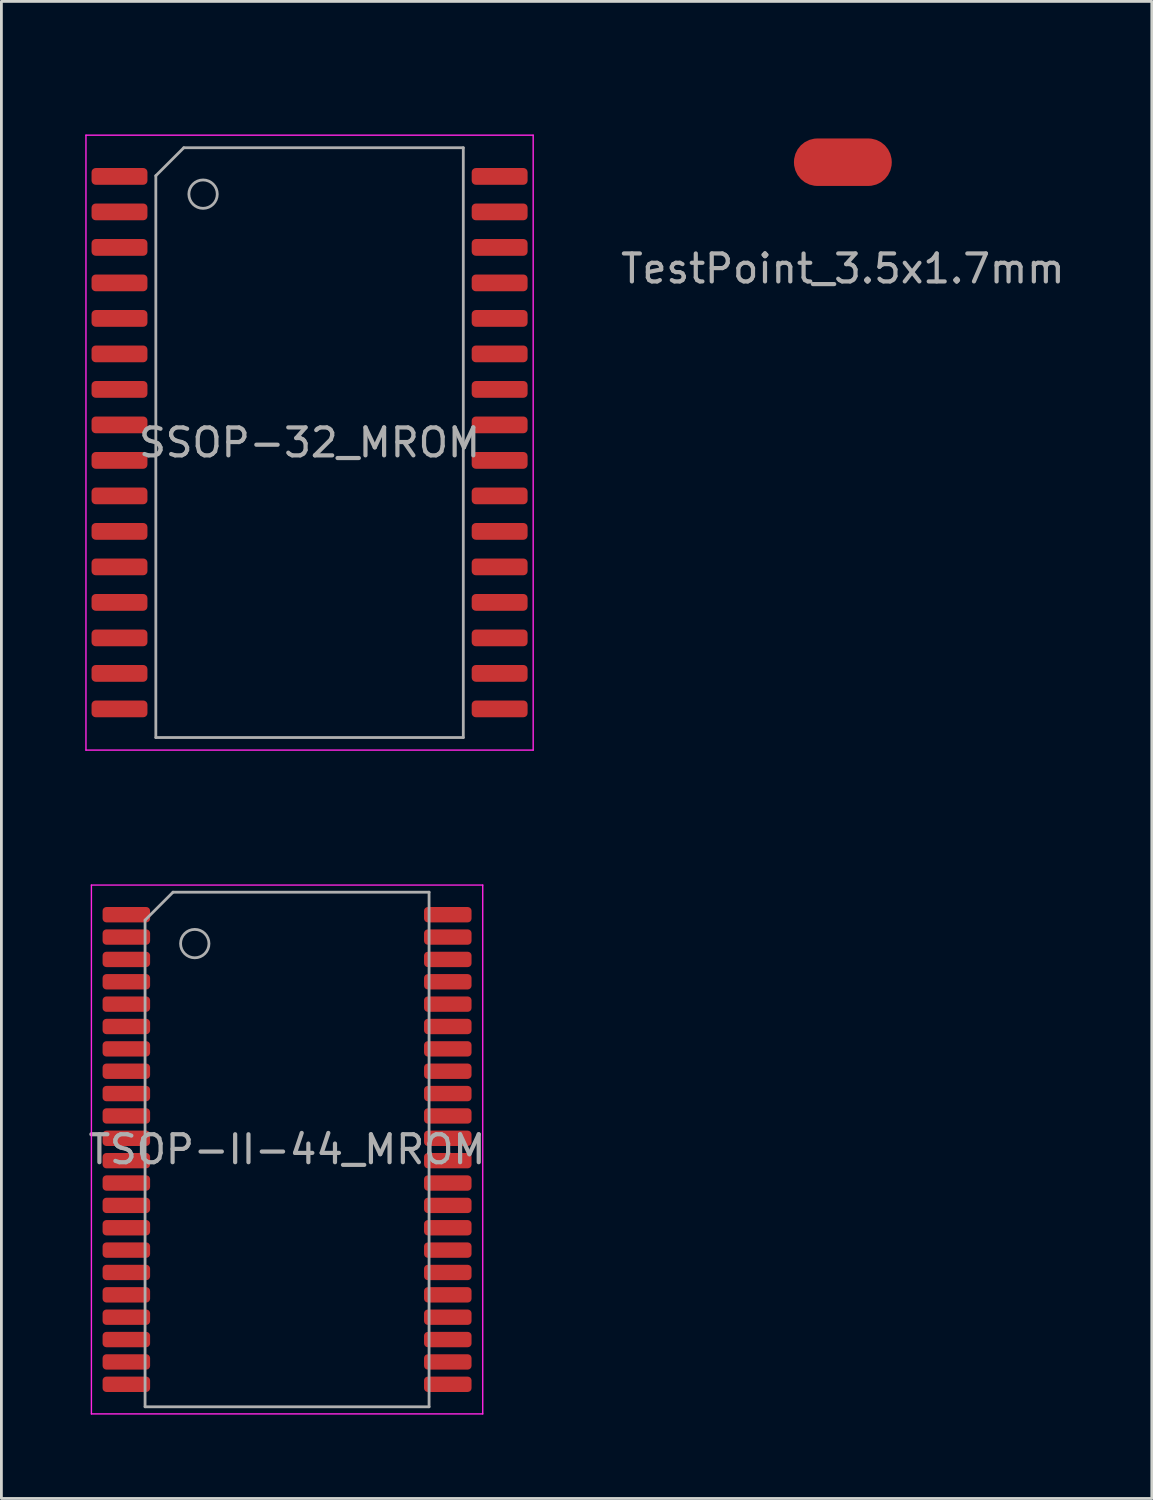
<source format=kicad_pcb>
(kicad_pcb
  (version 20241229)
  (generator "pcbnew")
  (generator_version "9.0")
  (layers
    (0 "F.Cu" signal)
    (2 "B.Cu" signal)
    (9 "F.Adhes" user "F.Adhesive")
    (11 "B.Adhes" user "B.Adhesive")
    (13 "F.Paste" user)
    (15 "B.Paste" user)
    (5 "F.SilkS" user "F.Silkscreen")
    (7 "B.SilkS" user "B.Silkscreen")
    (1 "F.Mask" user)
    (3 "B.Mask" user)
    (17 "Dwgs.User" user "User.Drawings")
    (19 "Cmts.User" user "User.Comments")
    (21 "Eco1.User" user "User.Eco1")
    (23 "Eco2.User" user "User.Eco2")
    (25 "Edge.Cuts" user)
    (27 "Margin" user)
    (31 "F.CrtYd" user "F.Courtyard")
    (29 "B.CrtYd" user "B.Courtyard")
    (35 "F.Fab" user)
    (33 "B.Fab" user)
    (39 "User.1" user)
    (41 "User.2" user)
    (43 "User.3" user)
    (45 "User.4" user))
  (footprint "SSOP-32_MROM"
    (layer "F.Cu")
    (at 8.025 12.786)
    (property "Reference" "SSOP-32_MROM" (at 0 -11.938 0) (layer "F.Mask") (effects (font (size 1 1) (thickness 0.15))))
    (attr smd)
    (fp_line (start -8 -11) (end -8 11) (stroke (width 0.05) (type solid)) (layer "F.CrtYd"))
    (fp_line (start -8 11) (end 8 11) (stroke (width 0.05) (type solid)) (layer "F.CrtYd"))
    (fp_line (start 8 -11) (end -8 -11) (stroke (width 0.05) (type solid)) (layer "F.CrtYd"))
    (fp_line (start 8 11) (end 8 -11) (stroke (width 0.05) (type solid)) (layer "F.CrtYd"))
    (fp_line (start -5.5 -9.55) (end -5.5 10.55) (stroke (width 0.1) (type solid)) (layer "F.Fab"))
    (fp_line (start -5.5 -9.55) (end -4.5 -10.55) (stroke (width 0.1) (type solid)) (layer "F.Fab"))
    (fp_line (start -5.5 10.55) (end 5.5 10.55) (stroke (width 0.1) (type solid)) (layer "F.Fab"))
    (fp_line (start -4.5 -10.55) (end 5.5 -10.55) (stroke (width 0.1) (type solid)) (layer "F.Fab"))
    (fp_line (start 5.5 -10.55) (end 5.5 10.55) (stroke (width 0.1) (type solid)) (layer "F.Fab"))
    (fp_circle (center -3.81 -8.89) (end -3.302 -8.89) (stroke (width 0.1) (type solid)) (fill no) (layer "F.Fab"))
    (fp_text user "${REFERENCE}" (at 0 0 0) (layer "F.Fab") (effects (font (size 1 1) (thickness 0.15))))
    (pad "1" smd roundrect (at -6.8 -9.525) (size 2 0.6) (layers "F.Cu" "F.Mask" "F.Paste") (roundrect_rratio 0.25))
    (pad "2" smd roundrect (at -6.8 -8.255) (size 2 0.6) (layers "F.Cu" "F.Mask" "F.Paste") (roundrect_rratio 0.25))
    (pad "3" smd roundrect (at -6.8 -6.985) (size 2 0.6) (layers "F.Cu" "F.Mask" "F.Paste") (roundrect_rratio 0.25))
    (pad "4" smd roundrect (at -6.8 -5.715) (size 2 0.6) (layers "F.Cu" "F.Mask" "F.Paste") (roundrect_rratio 0.25))
    (pad "5" smd roundrect (at -6.8 -4.445) (size 2 0.6) (layers "F.Cu" "F.Mask" "F.Paste") (roundrect_rratio 0.25))
    (pad "6" smd roundrect (at -6.8 -3.175) (size 2 0.6) (layers "F.Cu" "F.Mask" "F.Paste") (roundrect_rratio 0.25))
    (pad "7" smd roundrect (at -6.8 -1.905) (size 2 0.6) (layers "F.Cu" "F.Mask" "F.Paste") (roundrect_rratio 0.25))
    (pad "8" smd roundrect (at -6.8 -0.635) (size 2 0.6) (layers "F.Cu" "F.Mask" "F.Paste") (roundrect_rratio 0.25))
    (pad "9" smd roundrect (at -6.8 0.635) (size 2 0.6) (layers "F.Cu" "F.Mask" "F.Paste") (roundrect_rratio 0.25))
    (pad "10" smd roundrect (at -6.8 1.905) (size 2 0.6) (layers "F.Cu" "F.Mask" "F.Paste") (roundrect_rratio 0.25))
    (pad "11" smd roundrect (at -6.8 3.175) (size 2 0.6) (layers "F.Cu" "F.Mask" "F.Paste") (roundrect_rratio 0.25))
    (pad "12" smd roundrect (at -6.8 4.445) (size 2 0.6) (layers "F.Cu" "F.Mask" "F.Paste") (roundrect_rratio 0.25))
    (pad "13" smd roundrect (at -6.8 5.715) (size 2 0.6) (layers "F.Cu" "F.Mask" "F.Paste") (roundrect_rratio 0.25))
    (pad "14" smd roundrect (at -6.8 6.985) (size 2 0.6) (layers "F.Cu" "F.Mask" "F.Paste") (roundrect_rratio 0.25))
    (pad "15" smd roundrect (at -6.8 8.255) (size 2 0.6) (layers "F.Cu" "F.Mask" "F.Paste") (roundrect_rratio 0.25))
    (pad "16" smd roundrect (at -6.8 9.525) (size 2 0.6) (layers "F.Cu" "F.Mask" "F.Paste") (roundrect_rratio 0.25))
    (pad "17" smd roundrect (at 6.8 9.525) (size 2 0.6) (layers "F.Cu" "F.Mask" "F.Paste") (roundrect_rratio 0.25))
    (pad "18" smd roundrect (at 6.8 8.255) (size 2 0.6) (layers "F.Cu" "F.Mask" "F.Paste") (roundrect_rratio 0.25))
    (pad "19" smd roundrect (at 6.8 6.985) (size 2 0.6) (layers "F.Cu" "F.Mask" "F.Paste") (roundrect_rratio 0.25))
    (pad "20" smd roundrect (at 6.8 5.715) (size 2 0.6) (layers "F.Cu" "F.Mask" "F.Paste") (roundrect_rratio 0.25))
    (pad "21" smd roundrect (at 6.8 4.445) (size 2 0.6) (layers "F.Cu" "F.Mask" "F.Paste") (roundrect_rratio 0.25))
    (pad "22" smd roundrect (at 6.8 3.175) (size 2 0.6) (layers "F.Cu" "F.Mask" "F.Paste") (roundrect_rratio 0.25))
    (pad "23" smd roundrect (at 6.8 1.905) (size 2 0.6) (layers "F.Cu" "F.Mask" "F.Paste") (roundrect_rratio 0.25))
    (pad "24" smd roundrect (at 6.8 0.635) (size 2 0.6) (layers "F.Cu" "F.Mask" "F.Paste") (roundrect_rratio 0.25))
    (pad "25" smd roundrect (at 6.8 -0.635) (size 2 0.6) (layers "F.Cu" "F.Mask" "F.Paste") (roundrect_rratio 0.25))
    (pad "26" smd roundrect (at 6.8 -1.905) (size 2 0.6) (layers "F.Cu" "F.Mask" "F.Paste") (roundrect_rratio 0.25))
    (pad "27" smd roundrect (at 6.8 -3.175) (size 2 0.6) (layers "F.Cu" "F.Mask" "F.Paste") (roundrect_rratio 0.25))
    (pad "28" smd roundrect (at 6.8 -4.445) (size 2 0.6) (layers "F.Cu" "F.Mask" "F.Paste") (roundrect_rratio 0.25))
    (pad "29" smd roundrect (at 6.8 -5.715) (size 2 0.6) (layers "F.Cu" "F.Mask" "F.Paste") (roundrect_rratio 0.25))
    (pad "30" smd roundrect (at 6.8 -6.985) (size 2 0.6) (layers "F.Cu" "F.Mask" "F.Paste") (roundrect_rratio 0.25))
    (pad "31" smd roundrect (at 6.8 -8.255) (size 2 0.6) (layers "F.Cu" "F.Mask" "F.Paste") (roundrect_rratio 0.25))
    (pad "32" smd roundrect (at 6.8 -9.525) (size 2 0.6) (layers "F.Cu" "F.Mask" "F.Paste") (roundrect_rratio 0.25))
    (zone (net_name "") (layer "F.Cu") (name "PAD_FIX") (hatch edge 0.508) (connect_pads) (min_thickness 0.254) (filled_areas_thickness no) (keepout (tracks allowed) (vias allowed) (pads allowed) (copperpour not_allowed) (footprints allowed)) (placement (enabled no)) (fill) (polygon (pts (xy 2.414 2.866) (xy 2.414 22.678) (xy 2.16 22.932) (xy 0.382 22.932) (xy 0.128 22.678) (xy 0.128 2.866) (xy 0.382 2.612) (xy 2.16 2.612))))
    (zone (net_name "") (layer "F.Cu") (name "PAD_FIX") (hatch edge 0.508) (connect_pads) (min_thickness 0.254) (filled_areas_thickness no) (keepout (tracks allowed) (vias allowed) (pads allowed) (copperpour not_allowed) (footprints allowed)) (placement (enabled no)) (fill) (polygon (pts (xy 15.938 2.878) (xy 15.938 22.69) (xy 15.684 22.944) (xy 13.906 22.944) (xy 13.652 22.69) (xy 13.652 2.878) (xy 13.906 2.624) (xy 15.684 2.624)))))
  (footprint "TSOP-II-44_MROM"
    (layer "F.Cu")
    (at 7.22 38.074)
    (property "Reference" "TSOP-II-44_MROM" (at 0 -10.414 0) (layer "F.Mask") (effects (font (size 1 1) (thickness 0.15))))
    (attr smd)
    (fp_line (start -7 -9.46) (end -7 9.46) (stroke (width 0.05) (type solid)) (layer "F.CrtYd"))
    (fp_line (start -7 9.46) (end 7 9.46) (stroke (width 0.05) (type solid)) (layer "F.CrtYd"))
    (fp_line (start 7 -9.46) (end -7 -9.46) (stroke (width 0.05) (type solid)) (layer "F.CrtYd"))
    (fp_line (start 7 9.46) (end 7 -9.46) (stroke (width 0.05) (type solid)) (layer "F.CrtYd"))
    (fp_line (start -5.08 -8.205) (end -4.08 -9.205) (stroke (width 0.1) (type solid)) (layer "F.Fab"))
    (fp_line (start -5.08 9.205) (end -5.08 -8.205) (stroke (width 0.1) (type solid)) (layer "F.Fab"))
    (fp_line (start -4.08 -9.205) (end 5.08 -9.205) (stroke (width 0.1) (type solid)) (layer "F.Fab"))
    (fp_line (start 5.08 -9.205) (end 5.08 9.205) (stroke (width 0.1) (type solid)) (layer "F.Fab"))
    (fp_line (start 5.08 9.205) (end -5.08 9.205) (stroke (width 0.1) (type solid)) (layer "F.Fab"))
    (fp_circle (center -3.302 -7.366) (end -2.794 -7.366) (stroke (width 0.1) (type solid)) (fill no) (layer "F.Fab"))
    (fp_text user "${REFERENCE}" (at 0 0 0) (layer "F.Fab") (effects (font (size 1 1) (thickness 0.15))))
    (pad "1" smd roundrect (at -5.75 -8.4) (size 1.7 0.55) (layers "F.Cu" "F.Mask" "F.Paste") (roundrect_rratio 0.25))
    (pad "2" smd roundrect (at -5.75 -7.6) (size 1.7 0.55) (layers "F.Cu" "F.Mask" "F.Paste") (roundrect_rratio 0.25))
    (pad "3" smd roundrect (at -5.75 -6.8) (size 1.7 0.55) (layers "F.Cu" "F.Mask" "F.Paste") (roundrect_rratio 0.25))
    (pad "4" smd roundrect (at -5.75 -6) (size 1.7 0.55) (layers "F.Cu" "F.Mask" "F.Paste") (roundrect_rratio 0.25))
    (pad "5" smd roundrect (at -5.75 -5.2) (size 1.7 0.55) (layers "F.Cu" "F.Mask" "F.Paste") (roundrect_rratio 0.25))
    (pad "6" smd roundrect (at -5.75 -4.4) (size 1.7 0.55) (layers "F.Cu" "F.Mask" "F.Paste") (roundrect_rratio 0.25))
    (pad "7" smd roundrect (at -5.75 -3.6) (size 1.7 0.55) (layers "F.Cu" "F.Mask" "F.Paste") (roundrect_rratio 0.25))
    (pad "8" smd roundrect (at -5.75 -2.8) (size 1.7 0.55) (layers "F.Cu" "F.Mask" "F.Paste") (roundrect_rratio 0.25))
    (pad "9" smd roundrect (at -5.75 -2) (size 1.7 0.55) (layers "F.Cu" "F.Mask" "F.Paste") (roundrect_rratio 0.25))
    (pad "10" smd roundrect (at -5.75 -1.2) (size 1.7 0.55) (layers "F.Cu" "F.Mask" "F.Paste") (roundrect_rratio 0.25))
    (pad "11" smd roundrect (at -5.75 -0.4) (size 1.7 0.55) (layers "F.Cu" "F.Mask" "F.Paste") (roundrect_rratio 0.25))
    (pad "12" smd roundrect (at -5.75 0.4) (size 1.7 0.55) (layers "F.Cu" "F.Mask" "F.Paste") (roundrect_rratio 0.25))
    (pad "13" smd roundrect (at -5.75 1.2) (size 1.7 0.55) (layers "F.Cu" "F.Mask" "F.Paste") (roundrect_rratio 0.25))
    (pad "14" smd roundrect (at -5.75 2) (size 1.7 0.55) (layers "F.Cu" "F.Mask" "F.Paste") (roundrect_rratio 0.25))
    (pad "15" smd roundrect (at -5.75 2.8) (size 1.7 0.55) (layers "F.Cu" "F.Mask" "F.Paste") (roundrect_rratio 0.25))
    (pad "16" smd roundrect (at -5.75 3.6) (size 1.7 0.55) (layers "F.Cu" "F.Mask" "F.Paste") (roundrect_rratio 0.25))
    (pad "17" smd roundrect (at -5.75 4.4) (size 1.7 0.55) (layers "F.Cu" "F.Mask" "F.Paste") (roundrect_rratio 0.25))
    (pad "18" smd roundrect (at -5.75 5.2) (size 1.7 0.55) (layers "F.Cu" "F.Mask" "F.Paste") (roundrect_rratio 0.25))
    (pad "19" smd roundrect (at -5.75 6) (size 1.7 0.55) (layers "F.Cu" "F.Mask" "F.Paste") (roundrect_rratio 0.25))
    (pad "20" smd roundrect (at -5.75 6.8) (size 1.7 0.55) (layers "F.Cu" "F.Mask" "F.Paste") (roundrect_rratio 0.25))
    (pad "21" smd roundrect (at -5.75 7.6) (size 1.7 0.55) (layers "F.Cu" "F.Mask" "F.Paste") (roundrect_rratio 0.25))
    (pad "22" smd roundrect (at -5.75 8.4) (size 1.7 0.55) (layers "F.Cu" "F.Mask" "F.Paste") (roundrect_rratio 0.25))
    (pad "23" smd roundrect (at 5.75 8.4) (size 1.7 0.55) (layers "F.Cu" "F.Mask" "F.Paste") (roundrect_rratio 0.25))
    (pad "24" smd roundrect (at 5.75 7.6) (size 1.7 0.55) (layers "F.Cu" "F.Mask" "F.Paste") (roundrect_rratio 0.25))
    (pad "25" smd roundrect (at 5.75 6.8) (size 1.7 0.55) (layers "F.Cu" "F.Mask" "F.Paste") (roundrect_rratio 0.25))
    (pad "26" smd roundrect (at 5.75 6) (size 1.7 0.55) (layers "F.Cu" "F.Mask" "F.Paste") (roundrect_rratio 0.25))
    (pad "27" smd roundrect (at 5.75 5.2) (size 1.7 0.55) (layers "F.Cu" "F.Mask" "F.Paste") (roundrect_rratio 0.25))
    (pad "28" smd roundrect (at 5.75 4.4) (size 1.7 0.55) (layers "F.Cu" "F.Mask" "F.Paste") (roundrect_rratio 0.25))
    (pad "29" smd roundrect (at 5.75 3.6) (size 1.7 0.55) (layers "F.Cu" "F.Mask" "F.Paste") (roundrect_rratio 0.25))
    (pad "30" smd roundrect (at 5.75 2.8) (size 1.7 0.55) (layers "F.Cu" "F.Mask" "F.Paste") (roundrect_rratio 0.25))
    (pad "31" smd roundrect (at 5.75 2) (size 1.7 0.55) (layers "F.Cu" "F.Mask" "F.Paste") (roundrect_rratio 0.25))
    (pad "32" smd roundrect (at 5.75 1.2) (size 1.7 0.55) (layers "F.Cu" "F.Mask" "F.Paste") (roundrect_rratio 0.25))
    (pad "33" smd roundrect (at 5.75 0.4) (size 1.7 0.55) (layers "F.Cu" "F.Mask" "F.Paste") (roundrect_rratio 0.25))
    (pad "34" smd roundrect (at 5.75 -0.4) (size 1.7 0.55) (layers "F.Cu" "F.Mask" "F.Paste") (roundrect_rratio 0.25))
    (pad "35" smd roundrect (at 5.75 -1.2) (size 1.7 0.55) (layers "F.Cu" "F.Mask" "F.Paste") (roundrect_rratio 0.25))
    (pad "36" smd roundrect (at 5.75 -2) (size 1.7 0.55) (layers "F.Cu" "F.Mask" "F.Paste") (roundrect_rratio 0.25))
    (pad "37" smd roundrect (at 5.75 -2.8) (size 1.7 0.55) (layers "F.Cu" "F.Mask" "F.Paste") (roundrect_rratio 0.25))
    (pad "38" smd roundrect (at 5.75 -3.6) (size 1.7 0.55) (layers "F.Cu" "F.Mask" "F.Paste") (roundrect_rratio 0.25))
    (pad "39" smd roundrect (at 5.75 -4.4) (size 1.7 0.55) (layers "F.Cu" "F.Mask" "F.Paste") (roundrect_rratio 0.25))
    (pad "40" smd roundrect (at 5.75 -5.2) (size 1.7 0.55) (layers "F.Cu" "F.Mask" "F.Paste") (roundrect_rratio 0.25))
    (pad "41" smd roundrect (at 5.75 -6) (size 1.7 0.55) (layers "F.Cu" "F.Mask" "F.Paste") (roundrect_rratio 0.25))
    (pad "42" smd roundrect (at 5.75 -6.8) (size 1.7 0.55) (layers "F.Cu" "F.Mask" "F.Paste") (roundrect_rratio 0.25))
    (pad "43" smd roundrect (at 5.75 -7.6) (size 1.7 0.55) (layers "F.Cu" "F.Mask" "F.Paste") (roundrect_rratio 0.25))
    (pad "44" smd roundrect (at 5.75 -8.4) (size 1.7 0.55) (layers "F.Cu" "F.Mask" "F.Paste") (roundrect_rratio 0.25)))
  (footprint "TestPoint_3.5x1.7mm"
    (layer "F.Cu")
    (at 27.104 2.753)
    (property "Reference" "TestPoint_3.5x1.7mm" (at 0 -1.905 0) (unlocked yes) (layer "F.Mask") (effects (font (size 1 1) (thickness 0.15))))
    (attr smd)
    (fp_text user "${REFERENCE}" (at 0 3.81 0) (unlocked yes) (layer "F.Fab") (effects (font (size 1 1) (thickness 0.15))))
    (pad "1" smd roundrect (at 0 0) (size 3.5 1.7) (layers "F.Cu" "F.Mask" "F.Paste") (roundrect_rratio 0.495)))
  (gr_rect
    (start -3 -3)
    (end 38.157 50.559)
    (stroke (width 0.1) (type default))
    (fill no)
    (layer "Edge.Cuts")))
</source>
